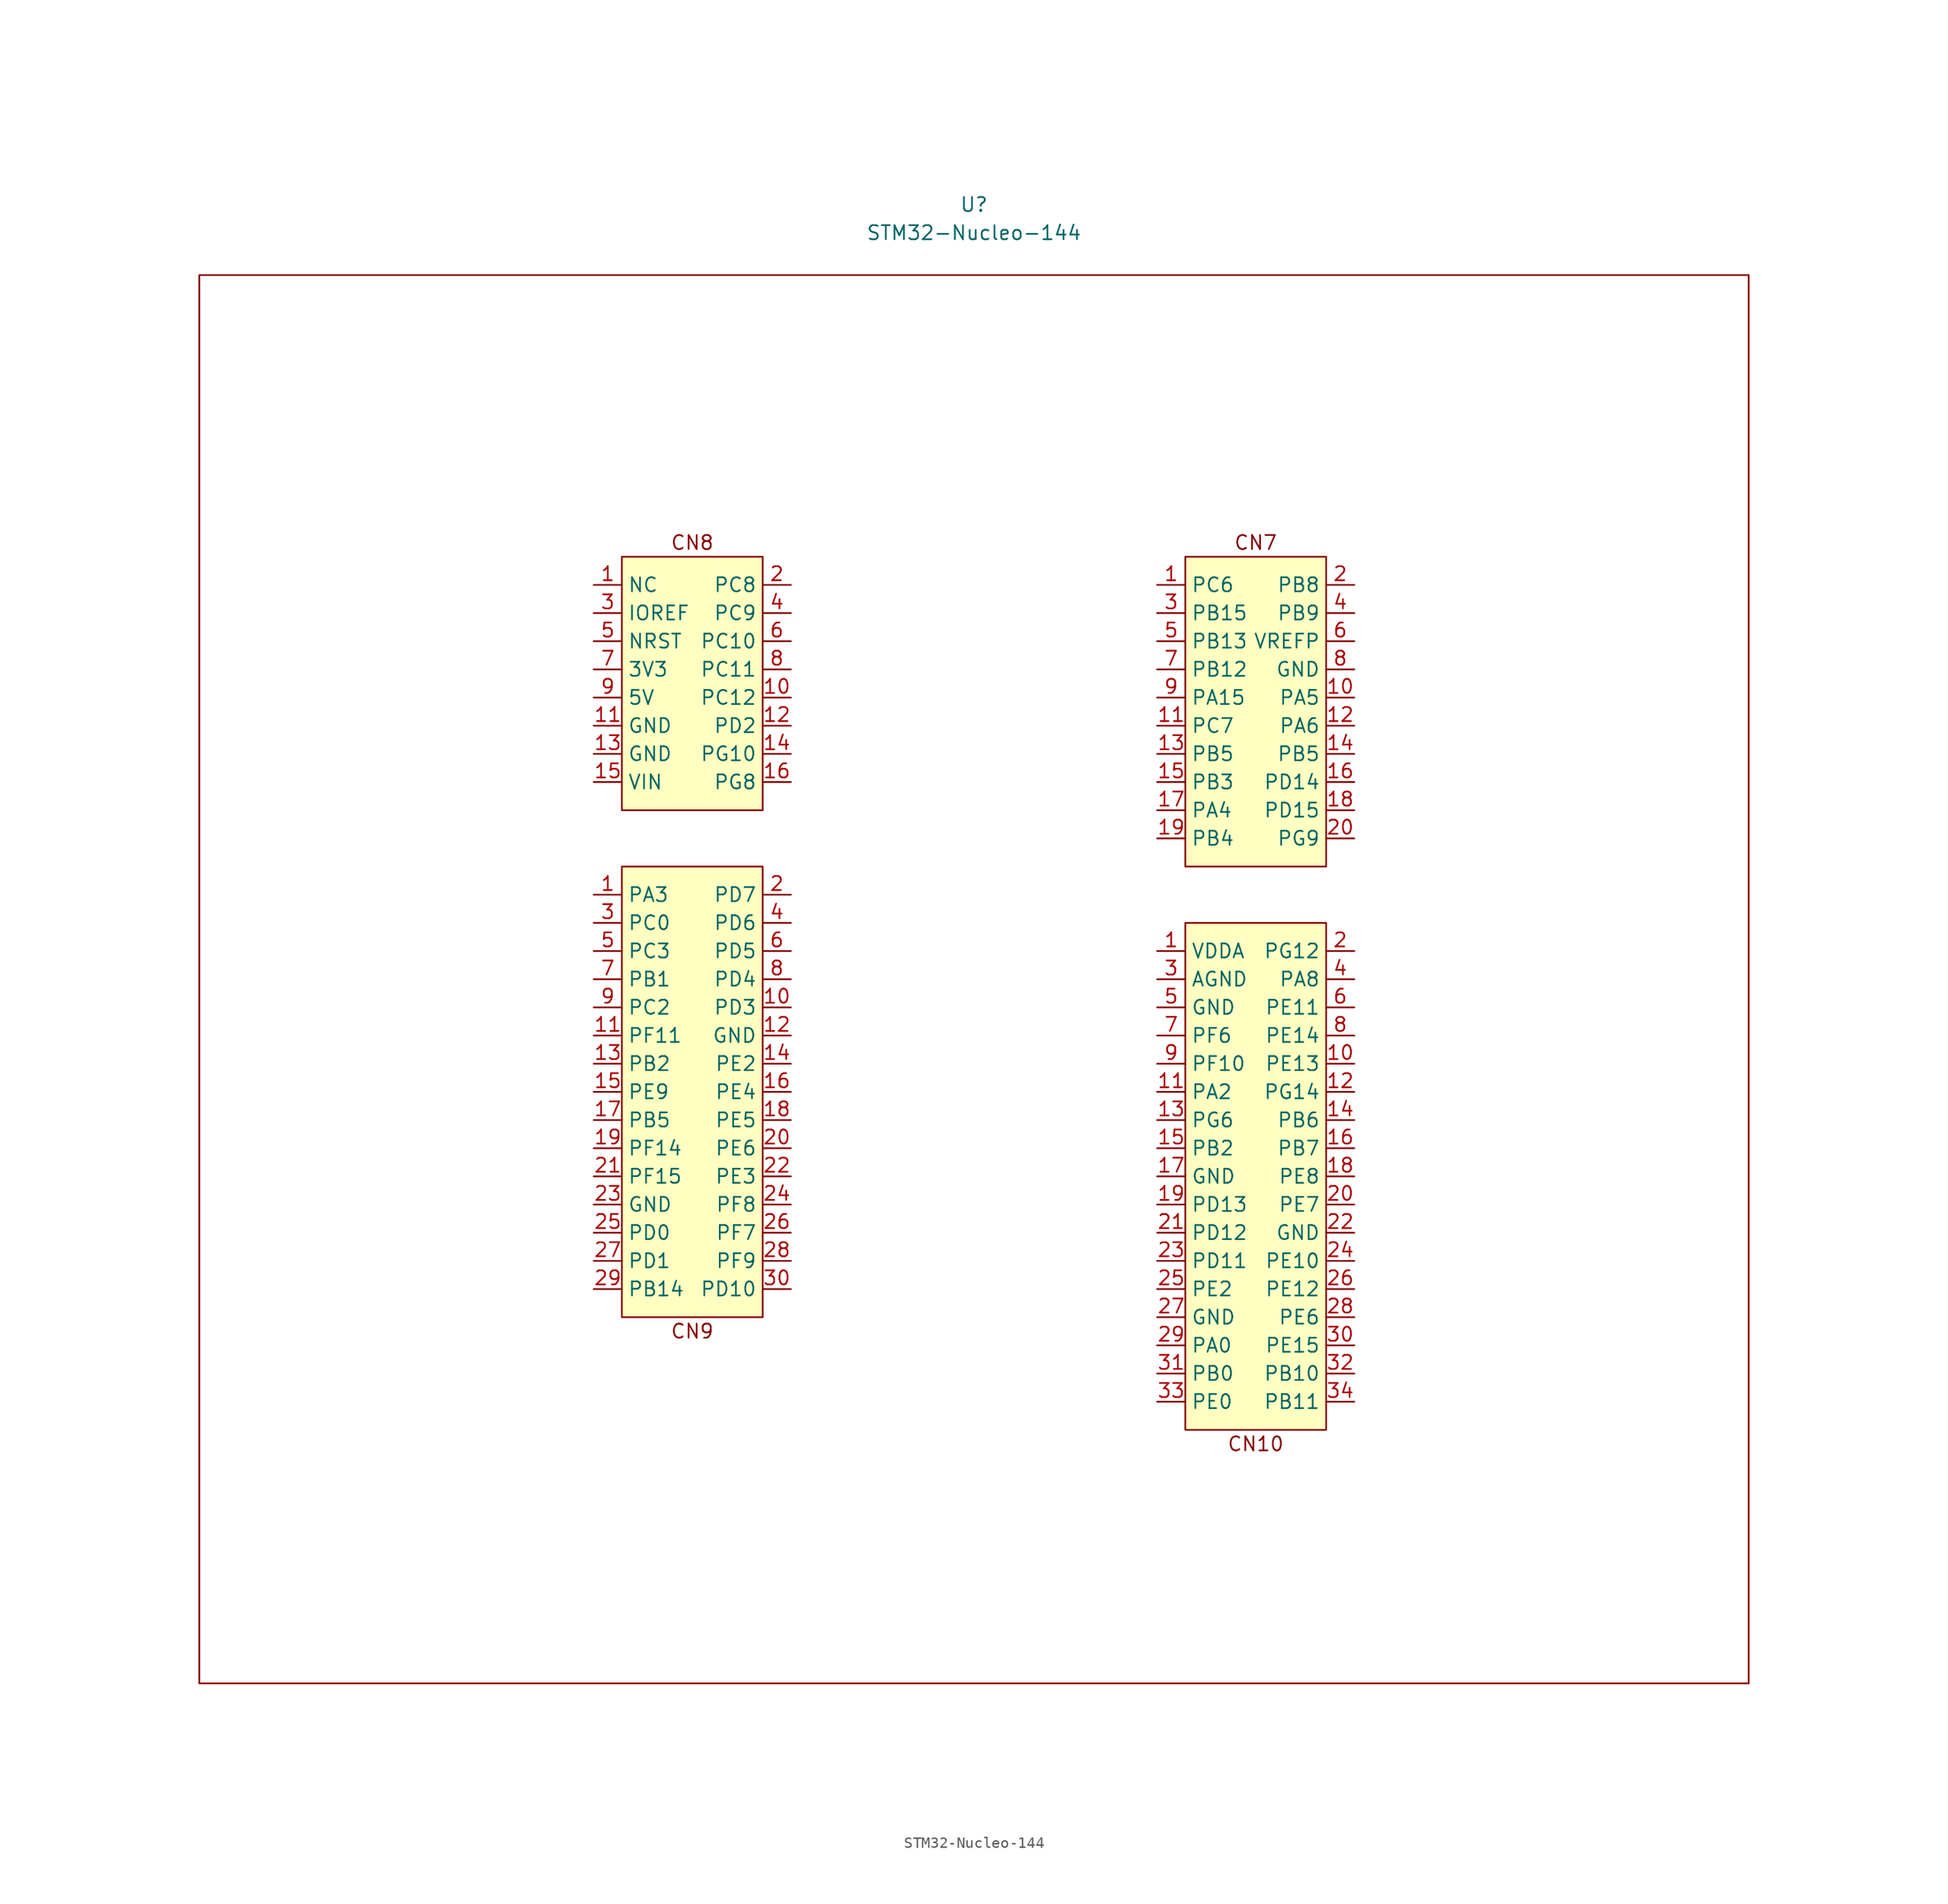
<source format=kicad_sym>
(kicad_symbol_lib
  (version 20220914)
  (generator kicad_symbol_editor)
  (symbol "STM32-Nucleo-144"
    (property "Reference" "U"
      (at 6.35 19.05 0)
      (effects (font (size 1.27 1.27))))
    (property "Value" "STM32-Nucleo-144"
      (at 6.35 16.51 0)
      (effects (font (size 1.27 1.27))))
    (symbol "STM32-Nucleo-144_1_1"
      (rectangle (start -63.5 12.7) (end 76.2 -114.3) (stroke (width 0) (type default)) (fill (type none)))
      (rectangle (start -25.4 -40.64) (end -12.7 -81.28) (stroke (width 0) (type default)) (fill (type background)))
      (rectangle (start -25.4 -12.7) (end -12.7 -35.56) (stroke (width 0) (type default)) (fill (type background)))
      (rectangle (start 25.4 -45.72) (end 38.1 -91.44) (stroke (width 0) (type default)) (fill (type background)))
      (rectangle (start 25.4 -12.7) (end 38.1 -40.64) (stroke (width 0) (type default)) (fill (type background)))
      (text "CN10" (at 31.75 -92.71 0) (effects (font (size 1.27 1.27))))
      (text "CN7" (at 31.75 -11.43 0) (effects (font (size 1.27 1.27))))
      (text "CN8" (at -19.05 -11.43 0) (effects (font (size 1.27 1.27))))
      (text "CN9" (at -19.05 -82.55 0) (effects (font (size 1.27 1.27))))
      (pin bidirectional line (at -27.94 -15.24 0) (length 2.54) (name "NC" (effects (font (size 1.27 1.27)))) (number "1" (effects (font (size 1.27 1.27)))))
      (pin bidirectional line (at -27.94 -43.18 0) (length 2.54) (name "PA3" (effects (font (size 1.27 1.27)))) (number "1" (effects (font (size 1.27 1.27)))))
      (pin bidirectional line (at 22.86 -15.24 0) (length 2.54) (name "PC6" (effects (font (size 1.27 1.27)))) (number "1" (effects (font (size 1.27 1.27)))))
      (pin bidirectional line (at 22.86 -48.26 0) (length 2.54) (name "VDDA" (effects (font (size 1.27 1.27)))) (number "1" (effects (font (size 1.27 1.27)))))
      (pin bidirectional line (at 40.64 -25.4 180) (length 2.54) (name "PA5" (effects (font (size 1.27 1.27)))) (number "10" (effects (font (size 1.27 1.27)))))
      (pin bidirectional line (at -10.16 -25.4 180) (length 2.54) (name "PC12" (effects (font (size 1.27 1.27)))) (number "10" (effects (font (size 1.27 1.27)))))
      (pin bidirectional line (at -10.16 -53.34 180) (length 2.54) (name "PD3" (effects (font (size 1.27 1.27)))) (number "10" (effects (font (size 1.27 1.27)))))
      (pin bidirectional line (at 40.64 -58.42 180) (length 2.54) (name "PE13" (effects (font (size 1.27 1.27)))) (number "10" (effects (font (size 1.27 1.27)))))
      (pin bidirectional line (at -27.94 -27.94 0) (length 2.54) (name "GND" (effects (font (size 1.27 1.27)))) (number "11" (effects (font (size 1.27 1.27)))))
      (pin bidirectional line (at 22.86 -60.96 0) (length 2.54) (name "PA2" (effects (font (size 1.27 1.27)))) (number "11" (effects (font (size 1.27 1.27)))))
      (pin bidirectional line (at 22.86 -27.94 0) (length 2.54) (name "PC7" (effects (font (size 1.27 1.27)))) (number "11" (effects (font (size 1.27 1.27)))))
      (pin bidirectional line (at -27.94 -55.88 0) (length 2.54) (name "PF11" (effects (font (size 1.27 1.27)))) (number "11" (effects (font (size 1.27 1.27)))))
      (pin bidirectional line (at -10.16 -55.88 180) (length 2.54) (name "GND" (effects (font (size 1.27 1.27)))) (number "12" (effects (font (size 1.27 1.27)))))
      (pin bidirectional line (at 40.64 -27.94 180) (length 2.54) (name "PA6" (effects (font (size 1.27 1.27)))) (number "12" (effects (font (size 1.27 1.27)))))
      (pin bidirectional line (at -10.16 -27.94 180) (length 2.54) (name "PD2" (effects (font (size 1.27 1.27)))) (number "12" (effects (font (size 1.27 1.27)))))
      (pin bidirectional line (at 40.64 -60.96 180) (length 2.54) (name "PG14" (effects (font (size 1.27 1.27)))) (number "12" (effects (font (size 1.27 1.27)))))
      (pin bidirectional line (at -27.94 -30.48 0) (length 2.54) (name "GND" (effects (font (size 1.27 1.27)))) (number "13" (effects (font (size 1.27 1.27)))))
      (pin bidirectional line (at -27.94 -58.42 0) (length 2.54) (name "PB2" (effects (font (size 1.27 1.27)))) (number "13" (effects (font (size 1.27 1.27)))))
      (pin bidirectional line (at 22.86 -30.48 0) (length 2.54) (name "PB5" (effects (font (size 1.27 1.27)))) (number "13" (effects (font (size 1.27 1.27)))))
      (pin bidirectional line (at 22.86 -63.5 0) (length 2.54) (name "PG6" (effects (font (size 1.27 1.27)))) (number "13" (effects (font (size 1.27 1.27)))))
      (pin bidirectional line (at 40.64 -30.48 180) (length 2.54) (name "PB5" (effects (font (size 1.27 1.27)))) (number "14" (effects (font (size 1.27 1.27)))))
      (pin bidirectional line (at 40.64 -63.5 180) (length 2.54) (name "PB6" (effects (font (size 1.27 1.27)))) (number "14" (effects (font (size 1.27 1.27)))))
      (pin bidirectional line (at -10.16 -58.42 180) (length 2.54) (name "PE2" (effects (font (size 1.27 1.27)))) (number "14" (effects (font (size 1.27 1.27)))))
      (pin bidirectional line (at -10.16 -30.48 180) (length 2.54) (name "PG10" (effects (font (size 1.27 1.27)))) (number "14" (effects (font (size 1.27 1.27)))))
      (pin bidirectional line (at 22.86 -66.04 0) (length 2.54) (name "PB2" (effects (font (size 1.27 1.27)))) (number "15" (effects (font (size 1.27 1.27)))))
      (pin bidirectional line (at 22.86 -33.02 0) (length 2.54) (name "PB3" (effects (font (size 1.27 1.27)))) (number "15" (effects (font (size 1.27 1.27)))))
      (pin bidirectional line (at -27.94 -60.96 0) (length 2.54) (name "PE9" (effects (font (size 1.27 1.27)))) (number "15" (effects (font (size 1.27 1.27)))))
      (pin bidirectional line (at -27.94 -33.02 0) (length 2.54) (name "VIN" (effects (font (size 1.27 1.27)))) (number "15" (effects (font (size 1.27 1.27)))))
      (pin bidirectional line (at 40.64 -66.04 180) (length 2.54) (name "PB7" (effects (font (size 1.27 1.27)))) (number "16" (effects (font (size 1.27 1.27)))))
      (pin bidirectional line (at 40.64 -33.02 180) (length 2.54) (name "PD14" (effects (font (size 1.27 1.27)))) (number "16" (effects (font (size 1.27 1.27)))))
      (pin bidirectional line (at -10.16 -60.96 180) (length 2.54) (name "PE4" (effects (font (size 1.27 1.27)))) (number "16" (effects (font (size 1.27 1.27)))))
      (pin bidirectional line (at -10.16 -33.02 180) (length 2.54) (name "PG8" (effects (font (size 1.27 1.27)))) (number "16" (effects (font (size 1.27 1.27)))))
      (pin bidirectional line (at 22.86 -68.58 0) (length 2.54) (name "GND" (effects (font (size 1.27 1.27)))) (number "17" (effects (font (size 1.27 1.27)))))
      (pin bidirectional line (at 22.86 -35.56 0) (length 2.54) (name "PA4" (effects (font (size 1.27 1.27)))) (number "17" (effects (font (size 1.27 1.27)))))
      (pin bidirectional line (at -27.94 -63.5 0) (length 2.54) (name "PB5" (effects (font (size 1.27 1.27)))) (number "17" (effects (font (size 1.27 1.27)))))
      (pin bidirectional line (at 40.64 -35.56 180) (length 2.54) (name "PD15" (effects (font (size 1.27 1.27)))) (number "18" (effects (font (size 1.27 1.27)))))
      (pin bidirectional line (at -10.16 -63.5 180) (length 2.54) (name "PE5" (effects (font (size 1.27 1.27)))) (number "18" (effects (font (size 1.27 1.27)))))
      (pin bidirectional line (at 40.64 -68.58 180) (length 2.54) (name "PE8" (effects (font (size 1.27 1.27)))) (number "18" (effects (font (size 1.27 1.27)))))
      (pin bidirectional line (at 22.86 -38.1 0) (length 2.54) (name "PB4" (effects (font (size 1.27 1.27)))) (number "19" (effects (font (size 1.27 1.27)))))
      (pin bidirectional line (at 22.86 -71.12 0) (length 2.54) (name "PD13" (effects (font (size 1.27 1.27)))) (number "19" (effects (font (size 1.27 1.27)))))
      (pin bidirectional line (at -27.94 -66.04 0) (length 2.54) (name "PF14" (effects (font (size 1.27 1.27)))) (number "19" (effects (font (size 1.27 1.27)))))
      (pin bidirectional line (at 40.64 -15.24 180) (length 2.54) (name "PB8" (effects (font (size 1.27 1.27)))) (number "2" (effects (font (size 1.27 1.27)))))
      (pin bidirectional line (at -10.16 -15.24 180) (length 2.54) (name "PC8" (effects (font (size 1.27 1.27)))) (number "2" (effects (font (size 1.27 1.27)))))
      (pin bidirectional line (at -10.16 -43.18 180) (length 2.54) (name "PD7" (effects (font (size 1.27 1.27)))) (number "2" (effects (font (size 1.27 1.27)))))
      (pin bidirectional line (at 40.64 -48.26 180) (length 2.54) (name "PG12" (effects (font (size 1.27 1.27)))) (number "2" (effects (font (size 1.27 1.27)))))
      (pin bidirectional line (at -10.16 -66.04 180) (length 2.54) (name "PE6" (effects (font (size 1.27 1.27)))) (number "20" (effects (font (size 1.27 1.27)))))
      (pin bidirectional line (at 40.64 -71.12 180) (length 2.54) (name "PE7" (effects (font (size 1.27 1.27)))) (number "20" (effects (font (size 1.27 1.27)))))
      (pin bidirectional line (at 40.64 -38.1 180) (length 2.54) (name "PG9" (effects (font (size 1.27 1.27)))) (number "20" (effects (font (size 1.27 1.27)))))
      (pin bidirectional line (at 22.86 -73.66 0) (length 2.54) (name "PD12" (effects (font (size 1.27 1.27)))) (number "21" (effects (font (size 1.27 1.27)))))
      (pin bidirectional line (at -27.94 -68.58 0) (length 2.54) (name "PF15" (effects (font (size 1.27 1.27)))) (number "21" (effects (font (size 1.27 1.27)))))
      (pin bidirectional line (at 40.64 -73.66 180) (length 2.54) (name "GND" (effects (font (size 1.27 1.27)))) (number "22" (effects (font (size 1.27 1.27)))))
      (pin bidirectional line (at -10.16 -68.58 180) (length 2.54) (name "PE3" (effects (font (size 1.27 1.27)))) (number "22" (effects (font (size 1.27 1.27)))))
      (pin bidirectional line (at -27.94 -71.12 0) (length 2.54) (name "GND" (effects (font (size 1.27 1.27)))) (number "23" (effects (font (size 1.27 1.27)))))
      (pin bidirectional line (at 22.86 -76.2 0) (length 2.54) (name "PD11" (effects (font (size 1.27 1.27)))) (number "23" (effects (font (size 1.27 1.27)))))
      (pin bidirectional line (at 40.64 -76.2 180) (length 2.54) (name "PE10" (effects (font (size 1.27 1.27)))) (number "24" (effects (font (size 1.27 1.27)))))
      (pin bidirectional line (at -10.16 -71.12 180) (length 2.54) (name "PF8" (effects (font (size 1.27 1.27)))) (number "24" (effects (font (size 1.27 1.27)))))
      (pin bidirectional line (at -27.94 -73.66 0) (length 2.54) (name "PD0" (effects (font (size 1.27 1.27)))) (number "25" (effects (font (size 1.27 1.27)))))
      (pin bidirectional line (at 22.86 -78.74 0) (length 2.54) (name "PE2" (effects (font (size 1.27 1.27)))) (number "25" (effects (font (size 1.27 1.27)))))
      (pin bidirectional line (at 40.64 -78.74 180) (length 2.54) (name "PE12" (effects (font (size 1.27 1.27)))) (number "26" (effects (font (size 1.27 1.27)))))
      (pin bidirectional line (at -10.16 -73.66 180) (length 2.54) (name "PF7" (effects (font (size 1.27 1.27)))) (number "26" (effects (font (size 1.27 1.27)))))
      (pin bidirectional line (at 22.86 -81.28 0) (length 2.54) (name "GND" (effects (font (size 1.27 1.27)))) (number "27" (effects (font (size 1.27 1.27)))))
      (pin bidirectional line (at -27.94 -76.2 0) (length 2.54) (name "PD1" (effects (font (size 1.27 1.27)))) (number "27" (effects (font (size 1.27 1.27)))))
      (pin bidirectional line (at 40.64 -81.28 180) (length 2.54) (name "PE6" (effects (font (size 1.27 1.27)))) (number "28" (effects (font (size 1.27 1.27)))))
      (pin bidirectional line (at -10.16 -76.2 180) (length 2.54) (name "PF9" (effects (font (size 1.27 1.27)))) (number "28" (effects (font (size 1.27 1.27)))))
      (pin bidirectional line (at 22.86 -83.82 0) (length 2.54) (name "PA0" (effects (font (size 1.27 1.27)))) (number "29" (effects (font (size 1.27 1.27)))))
      (pin bidirectional line (at -27.94 -78.74 0) (length 2.54) (name "PB14" (effects (font (size 1.27 1.27)))) (number "29" (effects (font (size 1.27 1.27)))))
      (pin bidirectional line (at 22.86 -50.8 0) (length 2.54) (name "AGND" (effects (font (size 1.27 1.27)))) (number "3" (effects (font (size 1.27 1.27)))))
      (pin bidirectional line (at -27.94 -17.78 0) (length 2.54) (name "IOREF" (effects (font (size 1.27 1.27)))) (number "3" (effects (font (size 1.27 1.27)))))
      (pin bidirectional line (at 22.86 -17.78 0) (length 2.54) (name "PB15" (effects (font (size 1.27 1.27)))) (number "3" (effects (font (size 1.27 1.27)))))
      (pin bidirectional line (at -27.94 -45.72 0) (length 2.54) (name "PC0" (effects (font (size 1.27 1.27)))) (number "3" (effects (font (size 1.27 1.27)))))
      (pin bidirectional line (at -10.16 -78.74 180) (length 2.54) (name "PD10" (effects (font (size 1.27 1.27)))) (number "30" (effects (font (size 1.27 1.27)))))
      (pin bidirectional line (at 40.64 -83.82 180) (length 2.54) (name "PE15" (effects (font (size 1.27 1.27)))) (number "30" (effects (font (size 1.27 1.27)))))
      (pin bidirectional line (at 22.86 -86.36 0) (length 2.54) (name "PB0" (effects (font (size 1.27 1.27)))) (number "31" (effects (font (size 1.27 1.27)))))
      (pin bidirectional line (at 40.64 -86.36 180) (length 2.54) (name "PB10" (effects (font (size 1.27 1.27)))) (number "32" (effects (font (size 1.27 1.27)))))
      (pin bidirectional line (at 22.86 -88.9 0) (length 2.54) (name "PE0" (effects (font (size 1.27 1.27)))) (number "33" (effects (font (size 1.27 1.27)))))
      (pin bidirectional line (at 40.64 -88.9 180) (length 2.54) (name "PB11" (effects (font (size 1.27 1.27)))) (number "34" (effects (font (size 1.27 1.27)))))
      (pin bidirectional line (at 40.64 -50.8 180) (length 2.54) (name "PA8" (effects (font (size 1.27 1.27)))) (number "4" (effects (font (size 1.27 1.27)))))
      (pin bidirectional line (at 40.64 -17.78 180) (length 2.54) (name "PB9" (effects (font (size 1.27 1.27)))) (number "4" (effects (font (size 1.27 1.27)))))
      (pin bidirectional line (at -10.16 -17.78 180) (length 2.54) (name "PC9" (effects (font (size 1.27 1.27)))) (number "4" (effects (font (size 1.27 1.27)))))
      (pin bidirectional line (at -10.16 -45.72 180) (length 2.54) (name "PD6" (effects (font (size 1.27 1.27)))) (number "4" (effects (font (size 1.27 1.27)))))
      (pin bidirectional line (at 22.86 -53.34 0) (length 2.54) (name "GND" (effects (font (size 1.27 1.27)))) (number "5" (effects (font (size 1.27 1.27)))))
      (pin bidirectional line (at -27.94 -20.32 0) (length 2.54) (name "NRST" (effects (font (size 1.27 1.27)))) (number "5" (effects (font (size 1.27 1.27)))))
      (pin bidirectional line (at 22.86 -20.32 0) (length 2.54) (name "PB13" (effects (font (size 1.27 1.27)))) (number "5" (effects (font (size 1.27 1.27)))))
      (pin bidirectional line (at -27.94 -48.26 0) (length 2.54) (name "PC3" (effects (font (size 1.27 1.27)))) (number "5" (effects (font (size 1.27 1.27)))))
      (pin bidirectional line (at -10.16 -20.32 180) (length 2.54) (name "PC10" (effects (font (size 1.27 1.27)))) (number "6" (effects (font (size 1.27 1.27)))))
      (pin bidirectional line (at -10.16 -48.26 180) (length 2.54) (name "PD5" (effects (font (size 1.27 1.27)))) (number "6" (effects (font (size 1.27 1.27)))))
      (pin bidirectional line (at 40.64 -53.34 180) (length 2.54) (name "PE11" (effects (font (size 1.27 1.27)))) (number "6" (effects (font (size 1.27 1.27)))))
      (pin bidirectional line (at 40.64 -20.32 180) (length 2.54) (name "VREFP" (effects (font (size 1.27 1.27)))) (number "6" (effects (font (size 1.27 1.27)))))
      (pin bidirectional line (at -27.94 -22.86 0) (length 2.54) (name "3V3" (effects (font (size 1.27 1.27)))) (number "7" (effects (font (size 1.27 1.27)))))
      (pin bidirectional line (at -27.94 -50.8 0) (length 2.54) (name "PB1" (effects (font (size 1.27 1.27)))) (number "7" (effects (font (size 1.27 1.27)))))
      (pin bidirectional line (at 22.86 -22.86 0) (length 2.54) (name "PB12" (effects (font (size 1.27 1.27)))) (number "7" (effects (font (size 1.27 1.27)))))
      (pin bidirectional line (at 22.86 -55.88 0) (length 2.54) (name "PF6" (effects (font (size 1.27 1.27)))) (number "7" (effects (font (size 1.27 1.27)))))
      (pin bidirectional line (at 40.64 -22.86 180) (length 2.54) (name "GND" (effects (font (size 1.27 1.27)))) (number "8" (effects (font (size 1.27 1.27)))))
      (pin bidirectional line (at -10.16 -22.86 180) (length 2.54) (name "PC11" (effects (font (size 1.27 1.27)))) (number "8" (effects (font (size 1.27 1.27)))))
      (pin bidirectional line (at -10.16 -50.8 180) (length 2.54) (name "PD4" (effects (font (size 1.27 1.27)))) (number "8" (effects (font (size 1.27 1.27)))))
      (pin bidirectional line (at 40.64 -55.88 180) (length 2.54) (name "PE14" (effects (font (size 1.27 1.27)))) (number "8" (effects (font (size 1.27 1.27)))))
      (pin bidirectional line (at -27.94 -25.4 0) (length 2.54) (name "5V" (effects (font (size 1.27 1.27)))) (number "9" (effects (font (size 1.27 1.27)))))
      (pin bidirectional line (at 22.86 -25.4 0) (length 2.54) (name "PA15" (effects (font (size 1.27 1.27)))) (number "9" (effects (font (size 1.27 1.27)))))
      (pin bidirectional line (at -27.94 -53.34 0) (length 2.54) (name "PC2" (effects (font (size 1.27 1.27)))) (number "9" (effects (font (size 1.27 1.27)))))
      (pin bidirectional line (at 22.86 -58.42 0) (length 2.54) (name "PF10" (effects (font (size 1.27 1.27)))) (number "9" (effects (font (size 1.27 1.27))))))))
</source>
